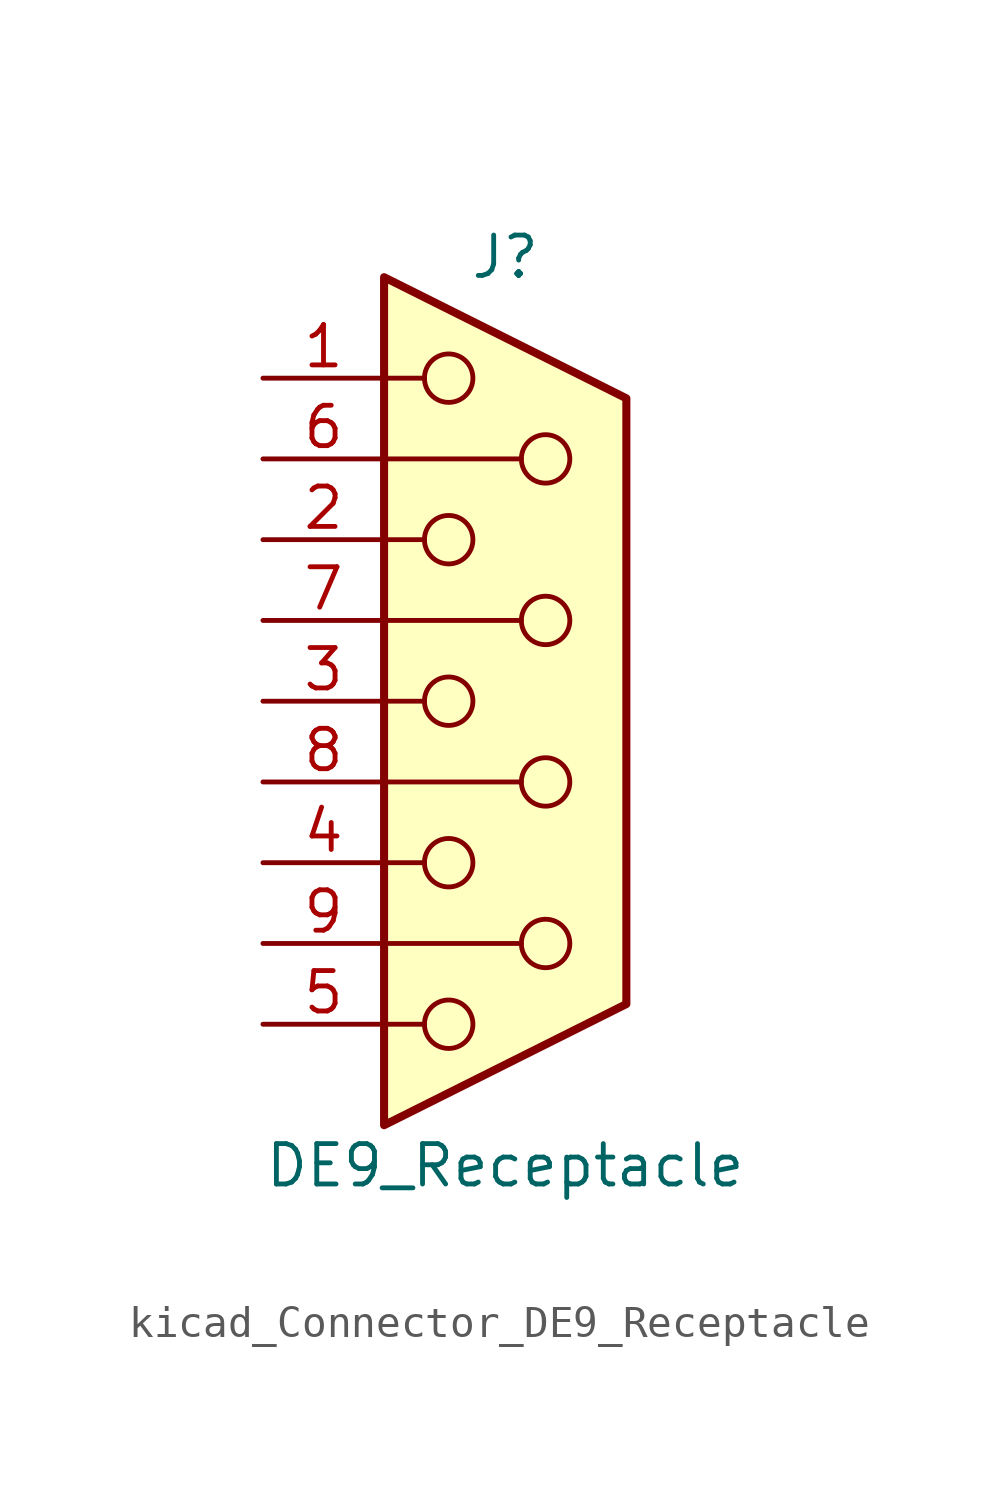
<source format=kicad_sym>
(kicad_symbol_lib
  (version 20220914)
  (generator kicad_symbol_editor)
  (symbol "kicad_Connector_DE9_Receptacle"
    (pin_names
      (offset 1.016) hide)
    (property "Reference" "J"
      (at 0 13.97 0)
      (effects (font (size 1.27 1.27))))
    (property "Value" "DE9_Receptacle"
      (at 0 -14.605 0)
      (effects (font (size 1.27 1.27))))
    (symbol "kicad_Connector_DE9_Receptacle_0_1"
      (circle (center -1.778 -10.16) (radius 0.762) (stroke (width 0) (type default)) (fill (type none)))
      (circle (center -1.778 -5.08) (radius 0.762) (stroke (width 0) (type default)) (fill (type none)))
      (circle (center -1.778 0) (radius 0.762) (stroke (width 0) (type default)) (fill (type none)))
      (circle (center -1.778 5.08) (radius 0.762) (stroke (width 0) (type default)) (fill (type none)))
      (circle (center -1.778 10.16) (radius 0.762) (stroke (width 0) (type default)) (fill (type none)))
      (polyline (pts (xy -3.81 -10.16) (xy -2.54 -10.16)) (stroke (width 0) (type default)) (fill (type none)))
      (polyline (pts (xy -3.81 -7.62) (xy 0.508 -7.62)) (stroke (width 0) (type default)) (fill (type none)))
      (polyline (pts (xy -3.81 -5.08) (xy -2.54 -5.08)) (stroke (width 0) (type default)) (fill (type none)))
      (polyline (pts (xy -3.81 -2.54) (xy 0.508 -2.54)) (stroke (width 0) (type default)) (fill (type none)))
      (polyline (pts (xy -3.81 0) (xy -2.54 0)) (stroke (width 0) (type default)) (fill (type none)))
      (polyline (pts (xy -3.81 2.54) (xy 0.508 2.54)) (stroke (width 0) (type default)) (fill (type none)))
      (polyline (pts (xy -3.81 5.08) (xy -2.54 5.08)) (stroke (width 0) (type default)) (fill (type none)))
      (polyline (pts (xy -3.81 7.62) (xy 0.508 7.62)) (stroke (width 0) (type default)) (fill (type none)))
      (polyline (pts (xy -3.81 10.16) (xy -2.54 10.16)) (stroke (width 0) (type default)) (fill (type none)))
      (polyline (pts (xy -3.81 13.335) (xy -3.81 -13.335) (xy 3.81 -9.525) (xy 3.81 9.525) (xy -3.81 13.335)) (stroke (width 0.254) (type default)) (fill (type background)))
      (circle (center 1.27 -7.62) (radius 0.762) (stroke (width 0) (type default)) (fill (type none)))
      (circle (center 1.27 -2.54) (radius 0.762) (stroke (width 0) (type default)) (fill (type none)))
      (circle (center 1.27 2.54) (radius 0.762) (stroke (width 0) (type default)) (fill (type none)))
      (circle (center 1.27 7.62) (radius 0.762) (stroke (width 0) (type default)) (fill (type none))))
    (symbol "kicad_Connector_DE9_Receptacle_1_1"
      (pin passive line (at -7.62 10.16 0) (length 3.81) (name "1" (effects (font (size 1.27 1.27)))) (number "1" (effects (font (size 1.27 1.27)))))
      (pin passive line (at -7.62 5.08 0) (length 3.81) (name "2" (effects (font (size 1.27 1.27)))) (number "2" (effects (font (size 1.27 1.27)))))
      (pin passive line (at -7.62 0 0) (length 3.81) (name "3" (effects (font (size 1.27 1.27)))) (number "3" (effects (font (size 1.27 1.27)))))
      (pin passive line (at -7.62 -5.08 0) (length 3.81) (name "4" (effects (font (size 1.27 1.27)))) (number "4" (effects (font (size 1.27 1.27)))))
      (pin passive line (at -7.62 -10.16 0) (length 3.81) (name "5" (effects (font (size 1.27 1.27)))) (number "5" (effects (font (size 1.27 1.27)))))
      (pin passive line (at -7.62 7.62 0) (length 3.81) (name "6" (effects (font (size 1.27 1.27)))) (number "6" (effects (font (size 1.27 1.27)))))
      (pin passive line (at -7.62 2.54 0) (length 3.81) (name "7" (effects (font (size 1.27 1.27)))) (number "7" (effects (font (size 1.27 1.27)))))
      (pin passive line (at -7.62 -2.54 0) (length 3.81) (name "8" (effects (font (size 1.27 1.27)))) (number "8" (effects (font (size 1.27 1.27)))))
      (pin passive line (at -7.62 -7.62 0) (length 3.81) (name "9" (effects (font (size 1.27 1.27)))) (number "9" (effects (font (size 1.27 1.27))))))))
</source>
